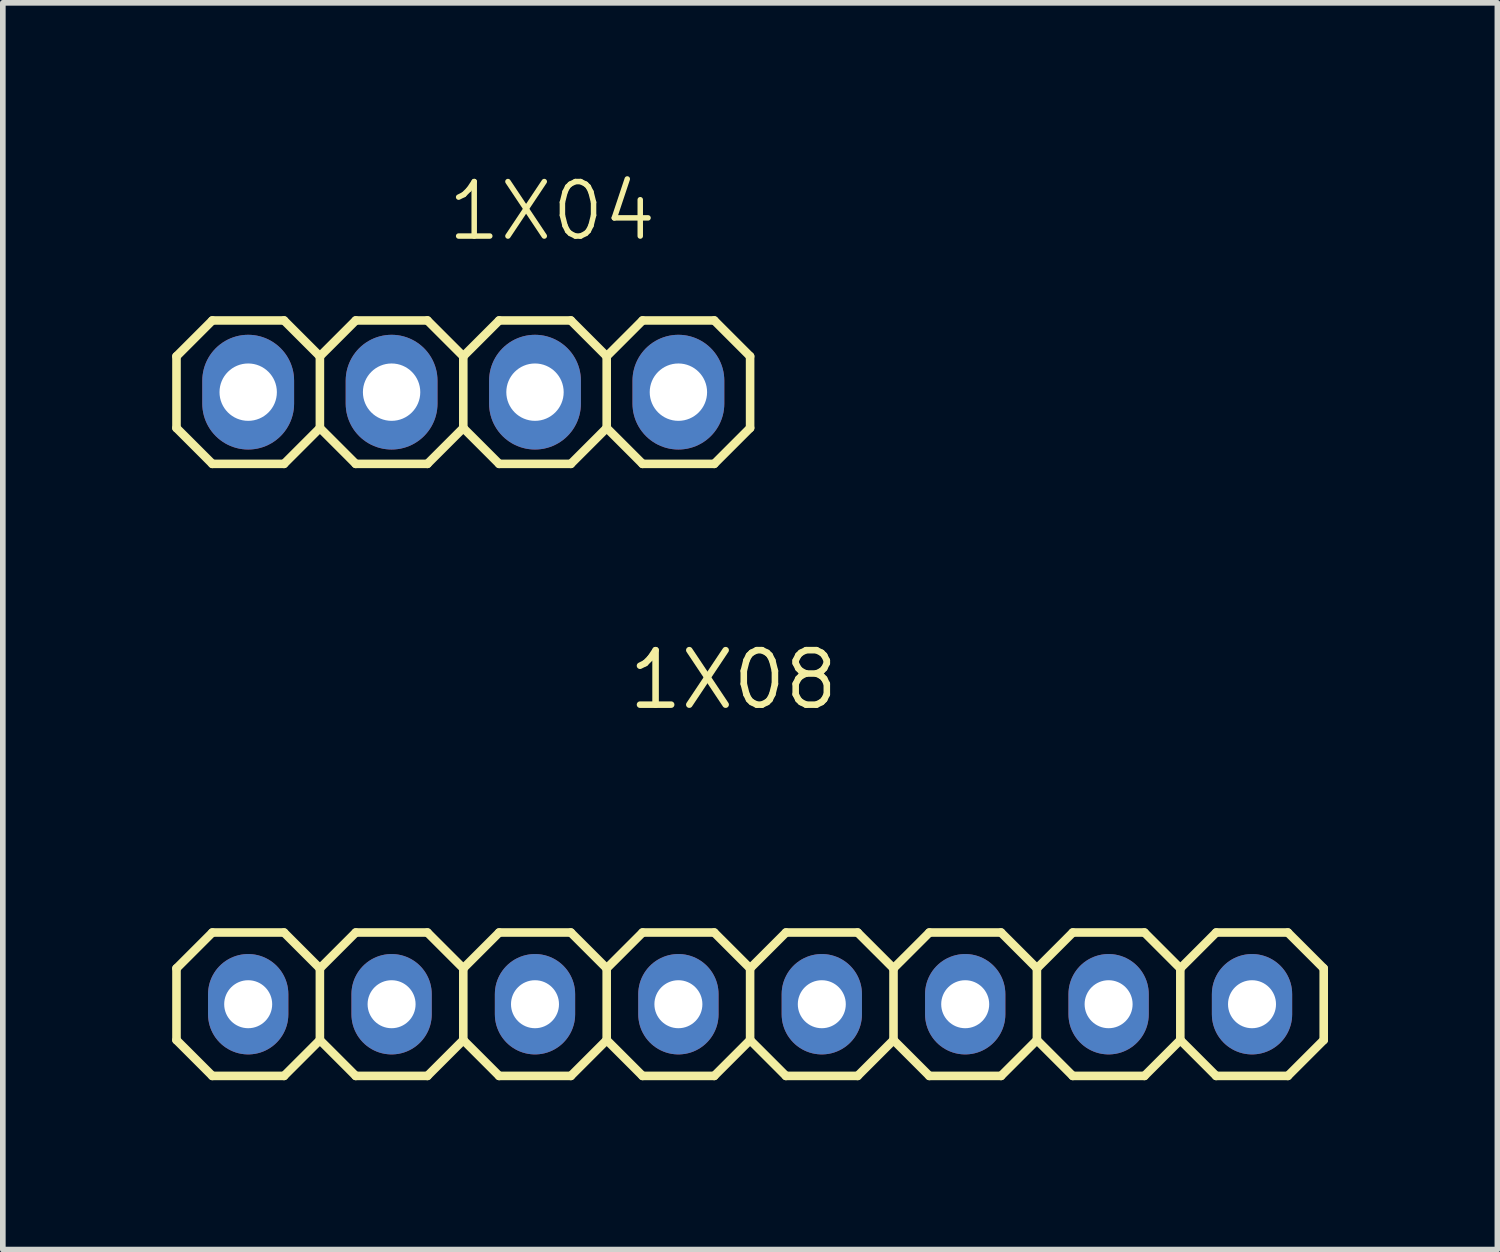
<source format=kicad_pcb>
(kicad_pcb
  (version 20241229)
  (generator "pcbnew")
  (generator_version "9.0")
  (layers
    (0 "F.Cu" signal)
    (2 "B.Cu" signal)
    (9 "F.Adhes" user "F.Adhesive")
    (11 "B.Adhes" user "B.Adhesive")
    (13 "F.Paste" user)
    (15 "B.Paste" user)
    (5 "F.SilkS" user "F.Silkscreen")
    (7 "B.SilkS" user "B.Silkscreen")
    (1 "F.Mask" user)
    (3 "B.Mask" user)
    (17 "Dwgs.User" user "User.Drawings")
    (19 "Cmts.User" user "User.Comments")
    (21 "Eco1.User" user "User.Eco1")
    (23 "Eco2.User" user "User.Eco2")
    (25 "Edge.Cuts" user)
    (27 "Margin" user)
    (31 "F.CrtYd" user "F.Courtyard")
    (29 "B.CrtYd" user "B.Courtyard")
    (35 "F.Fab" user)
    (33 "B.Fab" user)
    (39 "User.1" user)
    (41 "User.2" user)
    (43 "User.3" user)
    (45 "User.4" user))
  (footprint "1X04"
    (layer "F.Cu")
    (at 5.156 3.896)
    (property "Reference" "1X04" (at -0.33 -2.642 180) (layer "F.SilkS") (effects (font (size 0.965 0.965) (thickness 0.097)) (justify left bottom)))
    (attr through_hole)
    (fp_line (start -5.08 -0.635) (end -5.08 0.635) (stroke (width 0.152) (type solid)) (layer "F.SilkS"))
    (fp_line (start -5.08 0.635) (end -4.445 1.27) (stroke (width 0.152) (type solid)) (layer "F.SilkS"))
    (fp_line (start -4.445 -1.27) (end -5.08 -0.635) (stroke (width 0.152) (type solid)) (layer "F.SilkS"))
    (fp_line (start -4.445 -1.27) (end -3.175 -1.27) (stroke (width 0.152) (type solid)) (layer "F.SilkS"))
    (fp_line (start -3.175 -1.27) (end -2.54 -0.635) (stroke (width 0.152) (type solid)) (layer "F.SilkS"))
    (fp_line (start -3.175 1.27) (end -4.445 1.27) (stroke (width 0.152) (type solid)) (layer "F.SilkS"))
    (fp_line (start -2.54 -0.635) (end -2.54 0.635) (stroke (width 0.152) (type solid)) (layer "F.SilkS"))
    (fp_line (start -2.54 -0.635) (end -1.905 -1.27) (stroke (width 0.152) (type solid)) (layer "F.SilkS"))
    (fp_line (start -2.54 0.635) (end -3.175 1.27) (stroke (width 0.152) (type solid)) (layer "F.SilkS"))
    (fp_line (start -1.905 -1.27) (end -0.635 -1.27) (stroke (width 0.152) (type solid)) (layer "F.SilkS"))
    (fp_line (start -1.905 1.27) (end -2.54 0.635) (stroke (width 0.152) (type solid)) (layer "F.SilkS"))
    (fp_line (start -0.635 -1.27) (end 0 -0.635) (stroke (width 0.152) (type solid)) (layer "F.SilkS"))
    (fp_line (start -0.635 1.27) (end -1.905 1.27) (stroke (width 0.152) (type solid)) (layer "F.SilkS"))
    (fp_line (start 0 -0.635) (end 0 0.635) (stroke (width 0.152) (type solid)) (layer "F.SilkS"))
    (fp_line (start 0 -0.635) (end 0.635 -1.27) (stroke (width 0.152) (type solid)) (layer "F.SilkS"))
    (fp_line (start 0 0.635) (end -0.635 1.27) (stroke (width 0.152) (type solid)) (layer "F.SilkS"))
    (fp_line (start 0.635 -1.27) (end 1.905 -1.27) (stroke (width 0.152) (type solid)) (layer "F.SilkS"))
    (fp_line (start 0.635 1.27) (end 0 0.635) (stroke (width 0.152) (type solid)) (layer "F.SilkS"))
    (fp_line (start 1.905 -1.27) (end 2.54 -0.635) (stroke (width 0.152) (type solid)) (layer "F.SilkS"))
    (fp_line (start 1.905 1.27) (end 0.635 1.27) (stroke (width 0.152) (type solid)) (layer "F.SilkS"))
    (fp_line (start 2.54 -0.635) (end 2.54 0.635) (stroke (width 0.152) (type solid)) (layer "F.SilkS"))
    (fp_line (start 2.54 0.635) (end 1.905 1.27) (stroke (width 0.152) (type solid)) (layer "F.SilkS"))
    (fp_line (start 2.54 0.635) (end 3.175 1.27) (stroke (width 0.152) (type solid)) (layer "F.SilkS"))
    (fp_line (start 3.175 -1.27) (end 2.54 -0.635) (stroke (width 0.152) (type solid)) (layer "F.SilkS"))
    (fp_line (start 3.175 -1.27) (end 4.445 -1.27) (stroke (width 0.152) (type solid)) (layer "F.SilkS"))
    (fp_line (start 4.445 -1.27) (end 5.08 -0.635) (stroke (width 0.152) (type solid)) (layer "F.SilkS"))
    (fp_line (start 4.445 1.27) (end 3.175 1.27) (stroke (width 0.152) (type solid)) (layer "F.SilkS"))
    (fp_line (start 5.08 -0.635) (end 5.08 0.635) (stroke (width 0.152) (type solid)) (layer "F.SilkS"))
    (fp_line (start 5.08 0.635) (end 4.445 1.27) (stroke (width 0.152) (type solid)) (layer "F.SilkS"))
    (fp_poly (pts (xy -4.064 0.254) (xy -3.556 0.254) (xy -3.556 -0.254) (xy -4.064 -0.254)) (stroke (width 0.1) (type solid)) (fill no) (layer "F.Fab"))
    (fp_poly (pts (xy -1.524 0.254) (xy -1.016 0.254) (xy -1.016 -0.254) (xy -1.524 -0.254)) (stroke (width 0.1) (type solid)) (fill no) (layer "F.Fab"))
    (fp_poly (pts (xy 1.016 0.254) (xy 1.524 0.254) (xy 1.524 -0.254) (xy 1.016 -0.254)) (stroke (width 0.1) (type solid)) (fill no) (layer "F.Fab"))
    (fp_poly (pts (xy 3.556 0.254) (xy 4.064 0.254) (xy 4.064 -0.254) (xy 3.556 -0.254)) (stroke (width 0.1) (type solid)) (fill no) (layer "F.Fab"))
    (pad "1" thru_hole oval (at -3.81 0 90) (size 2.032 1.626) (drill 1.016) (layers "*.Cu" "*.Mask"))
    (pad "2" thru_hole oval (at -1.27 0 90) (size 2.032 1.626) (drill 1.016) (layers "*.Cu" "*.Mask"))
    (pad "3" thru_hole oval (at 1.27 0 90) (size 2.032 1.626) (drill 1.016) (layers "*.Cu" "*.Mask"))
    (pad "4" thru_hole oval (at 3.81 0 90) (size 2.032 1.626) (drill 1.016) (layers "*.Cu" "*.Mask")))
  (footprint "1X08"
    (layer "F.Cu")
    (at 10.236 14.737)
    (property "Reference" "1X08" (at -2.21 -5.182 0) (layer "F.SilkS") (effects (font (size 0.965 0.965) (thickness 0.116)) (justify left bottom)))
    (attr through_hole)
    (fp_line (start -10.16 -0.635) (end -10.16 0.635) (stroke (width 0.152) (type solid)) (layer "F.SilkS"))
    (fp_line (start -10.16 0.635) (end -9.525 1.27) (stroke (width 0.152) (type solid)) (layer "F.SilkS"))
    (fp_line (start -9.525 -1.27) (end -10.16 -0.635) (stroke (width 0.152) (type solid)) (layer "F.SilkS"))
    (fp_line (start -9.525 -1.27) (end -8.255 -1.27) (stroke (width 0.152) (type solid)) (layer "F.SilkS"))
    (fp_line (start -8.255 -1.27) (end -7.62 -0.635) (stroke (width 0.152) (type solid)) (layer "F.SilkS"))
    (fp_line (start -8.255 1.27) (end -9.525 1.27) (stroke (width 0.152) (type solid)) (layer "F.SilkS"))
    (fp_line (start -7.62 -0.635) (end -7.62 0.635) (stroke (width 0.152) (type solid)) (layer "F.SilkS"))
    (fp_line (start -7.62 -0.635) (end -6.985 -1.27) (stroke (width 0.152) (type solid)) (layer "F.SilkS"))
    (fp_line (start -7.62 0.635) (end -8.255 1.27) (stroke (width 0.152) (type solid)) (layer "F.SilkS"))
    (fp_line (start -6.985 -1.27) (end -5.715 -1.27) (stroke (width 0.152) (type solid)) (layer "F.SilkS"))
    (fp_line (start -6.985 1.27) (end -7.62 0.635) (stroke (width 0.152) (type solid)) (layer "F.SilkS"))
    (fp_line (start -5.715 -1.27) (end -5.08 -0.635) (stroke (width 0.152) (type solid)) (layer "F.SilkS"))
    (fp_line (start -5.715 1.27) (end -6.985 1.27) (stroke (width 0.152) (type solid)) (layer "F.SilkS"))
    (fp_line (start -5.08 -0.635) (end -5.08 0.635) (stroke (width 0.152) (type solid)) (layer "F.SilkS"))
    (fp_line (start -5.08 -0.635) (end -4.445 -1.27) (stroke (width 0.152) (type solid)) (layer "F.SilkS"))
    (fp_line (start -5.08 0.635) (end -5.715 1.27) (stroke (width 0.152) (type solid)) (layer "F.SilkS"))
    (fp_line (start -4.445 -1.27) (end -3.175 -1.27) (stroke (width 0.152) (type solid)) (layer "F.SilkS"))
    (fp_line (start -4.445 1.27) (end -5.08 0.635) (stroke (width 0.152) (type solid)) (layer "F.SilkS"))
    (fp_line (start -3.175 -1.27) (end -2.54 -0.635) (stroke (width 0.152) (type solid)) (layer "F.SilkS"))
    (fp_line (start -3.175 1.27) (end -4.445 1.27) (stroke (width 0.152) (type solid)) (layer "F.SilkS"))
    (fp_line (start -2.54 -0.635) (end -2.54 0.635) (stroke (width 0.152) (type solid)) (layer "F.SilkS"))
    (fp_line (start -2.54 0.635) (end -3.175 1.27) (stroke (width 0.152) (type solid)) (layer "F.SilkS"))
    (fp_line (start -2.54 0.635) (end -1.905 1.27) (stroke (width 0.152) (type solid)) (layer "F.SilkS"))
    (fp_line (start -1.905 -1.27) (end -2.54 -0.635) (stroke (width 0.152) (type solid)) (layer "F.SilkS"))
    (fp_line (start -1.905 -1.27) (end -0.635 -1.27) (stroke (width 0.152) (type solid)) (layer "F.SilkS"))
    (fp_line (start -0.635 -1.27) (end 0 -0.635) (stroke (width 0.152) (type solid)) (layer "F.SilkS"))
    (fp_line (start -0.635 1.27) (end -1.905 1.27) (stroke (width 0.152) (type solid)) (layer "F.SilkS"))
    (fp_line (start 0 -0.635) (end 0 0.635) (stroke (width 0.152) (type solid)) (layer "F.SilkS"))
    (fp_line (start 0 -0.635) (end 0.635 -1.27) (stroke (width 0.152) (type solid)) (layer "F.SilkS"))
    (fp_line (start 0 0.635) (end -0.635 1.27) (stroke (width 0.152) (type solid)) (layer "F.SilkS"))
    (fp_line (start 0.635 -1.27) (end 1.905 -1.27) (stroke (width 0.152) (type solid)) (layer "F.SilkS"))
    (fp_line (start 0.635 1.27) (end 0 0.635) (stroke (width 0.152) (type solid)) (layer "F.SilkS"))
    (fp_line (start 1.905 -1.27) (end 2.54 -0.635) (stroke (width 0.152) (type solid)) (layer "F.SilkS"))
    (fp_line (start 1.905 1.27) (end 0.635 1.27) (stroke (width 0.152) (type solid)) (layer "F.SilkS"))
    (fp_line (start 2.54 -0.635) (end 2.54 0.635) (stroke (width 0.152) (type solid)) (layer "F.SilkS"))
    (fp_line (start 2.54 -0.635) (end 3.175 -1.27) (stroke (width 0.152) (type solid)) (layer "F.SilkS"))
    (fp_line (start 2.54 0.635) (end 1.905 1.27) (stroke (width 0.152) (type solid)) (layer "F.SilkS"))
    (fp_line (start 3.175 -1.27) (end 4.445 -1.27) (stroke (width 0.152) (type solid)) (layer "F.SilkS"))
    (fp_line (start 3.175 1.27) (end 2.54 0.635) (stroke (width 0.152) (type solid)) (layer "F.SilkS"))
    (fp_line (start 4.445 -1.27) (end 5.08 -0.635) (stroke (width 0.152) (type solid)) (layer "F.SilkS"))
    (fp_line (start 4.445 1.27) (end 3.175 1.27) (stroke (width 0.152) (type solid)) (layer "F.SilkS"))
    (fp_line (start 5.08 -0.635) (end 5.08 0.635) (stroke (width 0.152) (type solid)) (layer "F.SilkS"))
    (fp_line (start 5.08 0.635) (end 4.445 1.27) (stroke (width 0.152) (type solid)) (layer "F.SilkS"))
    (fp_line (start 5.08 0.635) (end 5.715 1.27) (stroke (width 0.152) (type solid)) (layer "F.SilkS"))
    (fp_line (start 5.715 -1.27) (end 5.08 -0.635) (stroke (width 0.152) (type solid)) (layer "F.SilkS"))
    (fp_line (start 5.715 -1.27) (end 6.985 -1.27) (stroke (width 0.152) (type solid)) (layer "F.SilkS"))
    (fp_line (start 6.985 -1.27) (end 7.62 -0.635) (stroke (width 0.152) (type solid)) (layer "F.SilkS"))
    (fp_line (start 6.985 1.27) (end 5.715 1.27) (stroke (width 0.152) (type solid)) (layer "F.SilkS"))
    (fp_line (start 7.62 -0.635) (end 7.62 0.635) (stroke (width 0.152) (type solid)) (layer "F.SilkS"))
    (fp_line (start 7.62 0.635) (end 6.985 1.27) (stroke (width 0.152) (type solid)) (layer "F.SilkS"))
    (fp_line (start 7.62 0.635) (end 8.255 1.27) (stroke (width 0.152) (type solid)) (layer "F.SilkS"))
    (fp_line (start 8.255 -1.27) (end 7.62 -0.635) (stroke (width 0.152) (type solid)) (layer "F.SilkS"))
    (fp_line (start 8.255 -1.27) (end 9.525 -1.27) (stroke (width 0.152) (type solid)) (layer "F.SilkS"))
    (fp_line (start 9.525 -1.27) (end 10.16 -0.635) (stroke (width 0.152) (type solid)) (layer "F.SilkS"))
    (fp_line (start 9.525 1.27) (end 8.255 1.27) (stroke (width 0.152) (type solid)) (layer "F.SilkS"))
    (fp_line (start 10.16 -0.635) (end 10.16 0.635) (stroke (width 0.152) (type solid)) (layer "F.SilkS"))
    (fp_line (start 10.16 0.635) (end 9.525 1.27) (stroke (width 0.152) (type solid)) (layer "F.SilkS"))
    (fp_poly (pts (xy -9.144 0.254) (xy -8.636 0.254) (xy -8.636 -0.254) (xy -9.144 -0.254)) (stroke (width 0.1) (type solid)) (fill no) (layer "F.Fab"))
    (fp_poly (pts (xy -6.604 0.254) (xy -6.096 0.254) (xy -6.096 -0.254) (xy -6.604 -0.254)) (stroke (width 0.1) (type solid)) (fill no) (layer "F.Fab"))
    (fp_poly (pts (xy -4.064 0.254) (xy -3.556 0.254) (xy -3.556 -0.254) (xy -4.064 -0.254)) (stroke (width 0.1) (type solid)) (fill no) (layer "F.Fab"))
    (fp_poly (pts (xy -1.524 0.254) (xy -1.016 0.254) (xy -1.016 -0.254) (xy -1.524 -0.254)) (stroke (width 0.1) (type solid)) (fill no) (layer "F.Fab"))
    (fp_poly (pts (xy 1.016 0.254) (xy 1.524 0.254) (xy 1.524 -0.254) (xy 1.016 -0.254)) (stroke (width 0.1) (type solid)) (fill no) (layer "F.Fab"))
    (fp_poly (pts (xy 3.556 0.254) (xy 4.064 0.254) (xy 4.064 -0.254) (xy 3.556 -0.254)) (stroke (width 0.1) (type solid)) (fill no) (layer "F.Fab"))
    (fp_poly (pts (xy 6.096 0.254) (xy 6.604 0.254) (xy 6.604 -0.254) (xy 6.096 -0.254)) (stroke (width 0.1) (type solid)) (fill no) (layer "F.Fab"))
    (fp_poly (pts (xy 8.636 0.254) (xy 9.144 0.254) (xy 9.144 -0.254) (xy 8.636 -0.254)) (stroke (width 0.1) (type solid)) (fill no) (layer "F.Fab"))
    (pad "1" thru_hole oval (at -8.89 0 90) (size 1.778 1.422) (drill 0.85) (layers "*.Cu" "*.Mask"))
    (pad "2" thru_hole oval (at -6.35 0 90) (size 1.778 1.422) (drill 0.85) (layers "*.Cu" "*.Mask"))
    (pad "3" thru_hole oval (at -3.81 0 90) (size 1.778 1.422) (drill 0.85) (layers "*.Cu" "*.Mask"))
    (pad "4" thru_hole oval (at -1.27 0 90) (size 1.778 1.422) (drill 0.85) (layers "*.Cu" "*.Mask"))
    (pad "5" thru_hole oval (at 1.27 0 90) (size 1.778 1.422) (drill 0.85) (layers "*.Cu" "*.Mask"))
    (pad "6" thru_hole oval (at 3.81 0 90) (size 1.778 1.422) (drill 0.85) (layers "*.Cu" "*.Mask"))
    (pad "7" thru_hole oval (at 6.35 0 90) (size 1.778 1.422) (drill 0.85) (layers "*.Cu" "*.Mask"))
    (pad "8" thru_hole oval (at 8.89 0 90) (size 1.778 1.422) (drill 0.85) (layers "*.Cu" "*.Mask")))
  (gr_rect
    (start -3 -3)
    (end 23.472 19.083)
    (stroke (width 0.1) (type default))
    (fill no)
    (layer "Edge.Cuts")))
</source>
